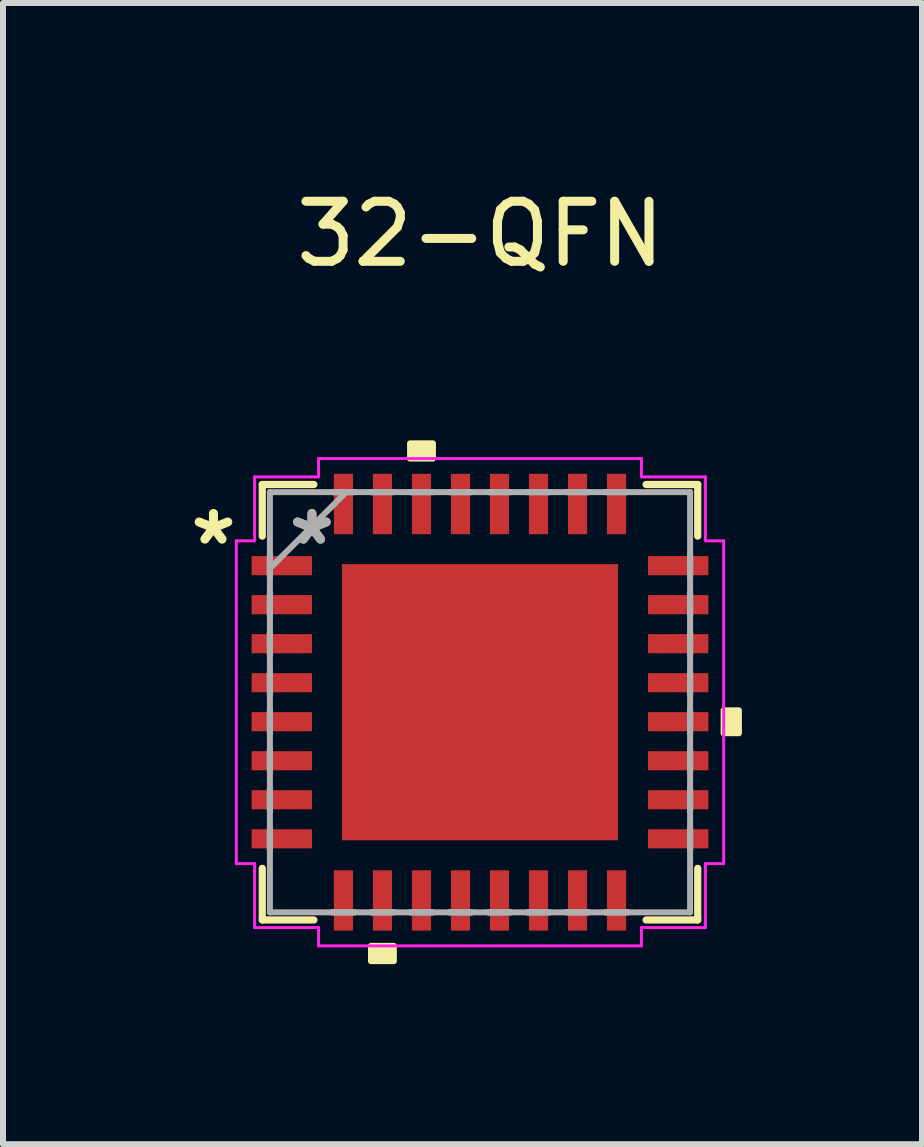
<source format=kicad_pcb>
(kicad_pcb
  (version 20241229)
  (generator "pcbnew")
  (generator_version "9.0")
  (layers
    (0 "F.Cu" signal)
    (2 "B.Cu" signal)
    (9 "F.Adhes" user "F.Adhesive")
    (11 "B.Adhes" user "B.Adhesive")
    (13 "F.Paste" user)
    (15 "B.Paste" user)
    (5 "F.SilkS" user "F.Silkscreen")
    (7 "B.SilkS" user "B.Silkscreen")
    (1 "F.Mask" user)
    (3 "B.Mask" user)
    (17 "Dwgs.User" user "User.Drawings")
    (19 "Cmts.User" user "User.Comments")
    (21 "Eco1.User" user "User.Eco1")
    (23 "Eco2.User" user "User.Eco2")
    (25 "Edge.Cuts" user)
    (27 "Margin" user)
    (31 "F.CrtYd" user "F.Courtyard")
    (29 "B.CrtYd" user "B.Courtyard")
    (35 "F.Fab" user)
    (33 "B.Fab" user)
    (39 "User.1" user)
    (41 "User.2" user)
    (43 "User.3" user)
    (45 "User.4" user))
  (footprint "32-QFN"
    (layer "F.Cu")
    (at 4.946 8.648)
    (property "Reference" "32-QFN" (at 0.005 -7.8 0) (layer "F.SilkS") (effects (font (size 1 1) (thickness 0.15))))
    (attr through_hole)
    (fp_line (start -3.627 -3.627) (end -3.627 -2.767) (stroke (width 0.12) (type solid)) (layer "F.SilkS"))
    (fp_line (start -3.627 2.767) (end -3.627 3.627) (stroke (width 0.12) (type solid)) (layer "F.SilkS"))
    (fp_line (start -3.627 3.627) (end -2.767 3.627) (stroke (width 0.12) (type solid)) (layer "F.SilkS"))
    (fp_line (start -2.767 -3.627) (end -3.627 -3.627) (stroke (width 0.12) (type solid)) (layer "F.SilkS"))
    (fp_line (start 2.767 3.627) (end 3.627 3.627) (stroke (width 0.12) (type solid)) (layer "F.SilkS"))
    (fp_line (start 3.627 -3.627) (end 2.767 -3.627) (stroke (width 0.12) (type solid)) (layer "F.SilkS"))
    (fp_line (start 3.627 -2.767) (end 3.627 -3.627) (stroke (width 0.12) (type solid)) (layer "F.SilkS"))
    (fp_line (start 3.627 3.627) (end 3.627 2.767) (stroke (width 0.12) (type solid)) (layer "F.SilkS"))
    (fp_poly (pts (xy -1.816 4.059) (xy -1.816 4.313) (xy -1.435 4.313) (xy -1.435 4.059)) (stroke (width 0.1) (type solid)) (fill yes) (layer "F.SilkS"))
    (fp_poly (pts (xy -1.165 -4.059) (xy -1.165 -4.313) (xy -0.784 -4.313) (xy -0.784 -4.059)) (stroke (width 0.1) (type solid)) (fill yes) (layer "F.SilkS"))
    (fp_poly (pts (xy 4.313 0.135) (xy 4.313 0.516) (xy 4.059 0.516) (xy 4.059 0.135)) (stroke (width 0.1) (type solid)) (fill yes) (layer "F.SilkS"))
    (fp_poly (pts (xy -2.2 -2.2) (xy -2.2 -0.867) (xy -0.867 -0.867) (xy -0.867 -2.2)) (stroke (width 0.1) (type solid)) (fill yes) (layer "F.Paste"))
    (fp_poly (pts (xy -2.2 -0.667) (xy -2.2 0.667) (xy -0.867 0.667) (xy -0.867 -0.667)) (stroke (width 0.1) (type solid)) (fill yes) (layer "F.Paste"))
    (fp_poly (pts (xy -2.2 0.867) (xy -2.2 2.2) (xy -0.867 2.2) (xy -0.867 0.867)) (stroke (width 0.1) (type solid)) (fill yes) (layer "F.Paste"))
    (fp_poly (pts (xy -0.667 -2.2) (xy -0.667 -0.867) (xy 0.667 -0.867) (xy 0.667 -2.2)) (stroke (width 0.1) (type solid)) (fill yes) (layer "F.Paste"))
    (fp_poly (pts (xy -0.667 -0.667) (xy -0.667 0.667) (xy 0.667 0.667) (xy 0.667 -0.667)) (stroke (width 0.1) (type solid)) (fill yes) (layer "F.Paste"))
    (fp_poly (pts (xy -0.667 0.867) (xy -0.667 2.2) (xy 0.667 2.2) (xy 0.667 0.867)) (stroke (width 0.1) (type solid)) (fill yes) (layer "F.Paste"))
    (fp_poly (pts (xy 0.867 -2.2) (xy 0.867 -0.867) (xy 2.2 -0.867) (xy 2.2 -2.2)) (stroke (width 0.1) (type solid)) (fill yes) (layer "F.Paste"))
    (fp_poly (pts (xy 0.867 -0.667) (xy 0.867 0.667) (xy 2.2 0.667) (xy 2.2 -0.667)) (stroke (width 0.1) (type solid)) (fill yes) (layer "F.Paste"))
    (fp_poly (pts (xy 0.867 0.867) (xy 0.867 2.2) (xy 2.2 2.2) (xy 2.2 0.867)) (stroke (width 0.1) (type solid)) (fill yes) (layer "F.Paste"))
    (fp_line (start -4.059 -2.689) (end -3.754 -2.689) (stroke (width 0.05) (type solid)) (layer "F.CrtYd"))
    (fp_line (start -4.059 2.689) (end -4.059 -2.689) (stroke (width 0.05) (type solid)) (layer "F.CrtYd"))
    (fp_line (start -3.754 -3.754) (end -2.689 -3.754) (stroke (width 0.05) (type solid)) (layer "F.CrtYd"))
    (fp_line (start -3.754 -2.689) (end -3.754 -3.754) (stroke (width 0.05) (type solid)) (layer "F.CrtYd"))
    (fp_line (start -3.754 2.689) (end -4.059 2.689) (stroke (width 0.05) (type solid)) (layer "F.CrtYd"))
    (fp_line (start -3.754 3.754) (end -3.754 2.689) (stroke (width 0.05) (type solid)) (layer "F.CrtYd"))
    (fp_line (start -2.689 -4.059) (end 2.689 -4.059) (stroke (width 0.05) (type solid)) (layer "F.CrtYd"))
    (fp_line (start -2.689 -3.754) (end -2.689 -4.059) (stroke (width 0.05) (type solid)) (layer "F.CrtYd"))
    (fp_line (start -2.689 3.754) (end -3.754 3.754) (stroke (width 0.05) (type solid)) (layer "F.CrtYd"))
    (fp_line (start -2.689 4.059) (end -2.689 3.754) (stroke (width 0.05) (type solid)) (layer "F.CrtYd"))
    (fp_line (start 2.689 -4.059) (end 2.689 -3.754) (stroke (width 0.05) (type solid)) (layer "F.CrtYd"))
    (fp_line (start 2.689 -3.754) (end 3.754 -3.754) (stroke (width 0.05) (type solid)) (layer "F.CrtYd"))
    (fp_line (start 2.689 3.754) (end 2.689 4.059) (stroke (width 0.05) (type solid)) (layer "F.CrtYd"))
    (fp_line (start 2.689 4.059) (end -2.689 4.059) (stroke (width 0.05) (type solid)) (layer "F.CrtYd"))
    (fp_line (start 3.754 -3.754) (end 3.754 -2.689) (stroke (width 0.05) (type solid)) (layer "F.CrtYd"))
    (fp_line (start 3.754 -2.689) (end 4.059 -2.689) (stroke (width 0.05) (type solid)) (layer "F.CrtYd"))
    (fp_line (start 3.754 2.689) (end 3.754 3.754) (stroke (width 0.05) (type solid)) (layer "F.CrtYd"))
    (fp_line (start 3.754 3.754) (end 2.689 3.754) (stroke (width 0.05) (type solid)) (layer "F.CrtYd"))
    (fp_line (start 4.059 -2.689) (end 4.059 2.689) (stroke (width 0.05) (type solid)) (layer "F.CrtYd"))
    (fp_line (start 4.059 2.689) (end 3.754 2.689) (stroke (width 0.05) (type solid)) (layer "F.CrtYd"))
    (fp_line (start -3.5 -3.5) (end -3.5 -3.5) (stroke (width 0.1) (type solid)) (layer "F.Fab"))
    (fp_line (start -3.5 -3.5) (end -3.5 3.5) (stroke (width 0.1) (type solid)) (layer "F.Fab"))
    (fp_line (start -3.5 -2.46) (end -3.5 -2.46) (stroke (width 0.1) (type solid)) (layer "F.Fab"))
    (fp_line (start -3.5 -2.46) (end -3.5 -2.09) (stroke (width 0.1) (type solid)) (layer "F.Fab"))
    (fp_line (start -3.5 -2.23) (end -2.23 -3.5) (stroke (width 0.1) (type solid)) (layer "F.Fab"))
    (fp_line (start -3.5 -2.09) (end -3.5 -2.46) (stroke (width 0.1) (type solid)) (layer "F.Fab"))
    (fp_line (start -3.5 -2.09) (end -3.5 -2.09) (stroke (width 0.1) (type solid)) (layer "F.Fab"))
    (fp_line (start -3.5 -1.81) (end -3.5 -1.81) (stroke (width 0.1) (type solid)) (layer "F.Fab"))
    (fp_line (start -3.5 -1.81) (end -3.5 -1.44) (stroke (width 0.1) (type solid)) (layer "F.Fab"))
    (fp_line (start -3.5 -1.44) (end -3.5 -1.81) (stroke (width 0.1) (type solid)) (layer "F.Fab"))
    (fp_line (start -3.5 -1.44) (end -3.5 -1.44) (stroke (width 0.1) (type solid)) (layer "F.Fab"))
    (fp_line (start -3.5 -1.16) (end -3.5 -1.16) (stroke (width 0.1) (type solid)) (layer "F.Fab"))
    (fp_line (start -3.5 -1.16) (end -3.5 -0.79) (stroke (width 0.1) (type solid)) (layer "F.Fab"))
    (fp_line (start -3.5 -0.79) (end -3.5 -1.16) (stroke (width 0.1) (type solid)) (layer "F.Fab"))
    (fp_line (start -3.5 -0.79) (end -3.5 -0.79) (stroke (width 0.1) (type solid)) (layer "F.Fab"))
    (fp_line (start -3.5 -0.51) (end -3.5 -0.51) (stroke (width 0.1) (type solid)) (layer "F.Fab"))
    (fp_line (start -3.5 -0.51) (end -3.5 -0.14) (stroke (width 0.1) (type solid)) (layer "F.Fab"))
    (fp_line (start -3.5 -0.14) (end -3.5 -0.51) (stroke (width 0.1) (type solid)) (layer "F.Fab"))
    (fp_line (start -3.5 -0.14) (end -3.5 -0.14) (stroke (width 0.1) (type solid)) (layer "F.Fab"))
    (fp_line (start -3.5 0.14) (end -3.5 0.14) (stroke (width 0.1) (type solid)) (layer "F.Fab"))
    (fp_line (start -3.5 0.14) (end -3.5 0.51) (stroke (width 0.1) (type solid)) (layer "F.Fab"))
    (fp_line (start -3.5 0.51) (end -3.5 0.14) (stroke (width 0.1) (type solid)) (layer "F.Fab"))
    (fp_line (start -3.5 0.51) (end -3.5 0.51) (stroke (width 0.1) (type solid)) (layer "F.Fab"))
    (fp_line (start -3.5 0.79) (end -3.5 0.79) (stroke (width 0.1) (type solid)) (layer "F.Fab"))
    (fp_line (start -3.5 0.79) (end -3.5 1.16) (stroke (width 0.1) (type solid)) (layer "F.Fab"))
    (fp_line (start -3.5 1.16) (end -3.5 0.79) (stroke (width 0.1) (type solid)) (layer "F.Fab"))
    (fp_line (start -3.5 1.16) (end -3.5 1.16) (stroke (width 0.1) (type solid)) (layer "F.Fab"))
    (fp_line (start -3.5 1.44) (end -3.5 1.44) (stroke (width 0.1) (type solid)) (layer "F.Fab"))
    (fp_line (start -3.5 1.44) (end -3.5 1.81) (stroke (width 0.1) (type solid)) (layer "F.Fab"))
    (fp_line (start -3.5 1.81) (end -3.5 1.44) (stroke (width 0.1) (type solid)) (layer "F.Fab"))
    (fp_line (start -3.5 1.81) (end -3.5 1.81) (stroke (width 0.1) (type solid)) (layer "F.Fab"))
    (fp_line (start -3.5 2.09) (end -3.5 2.09) (stroke (width 0.1) (type solid)) (layer "F.Fab"))
    (fp_line (start -3.5 2.09) (end -3.5 2.46) (stroke (width 0.1) (type solid)) (layer "F.Fab"))
    (fp_line (start -3.5 2.46) (end -3.5 2.09) (stroke (width 0.1) (type solid)) (layer "F.Fab"))
    (fp_line (start -3.5 2.46) (end -3.5 2.46) (stroke (width 0.1) (type solid)) (layer "F.Fab"))
    (fp_line (start -3.5 3.5) (end -3.5 3.5) (stroke (width 0.1) (type solid)) (layer "F.Fab"))
    (fp_line (start -3.5 3.5) (end 3.5 3.5) (stroke (width 0.1) (type solid)) (layer "F.Fab"))
    (fp_line (start -2.46 -3.5) (end -2.46 -3.5) (stroke (width 0.1) (type solid)) (layer "F.Fab"))
    (fp_line (start -2.46 -3.5) (end -2.09 -3.5) (stroke (width 0.1) (type solid)) (layer "F.Fab"))
    (fp_line (start -2.46 3.5) (end -2.46 3.5) (stroke (width 0.1) (type solid)) (layer "F.Fab"))
    (fp_line (start -2.46 3.5) (end -2.09 3.5) (stroke (width 0.1) (type solid)) (layer "F.Fab"))
    (fp_line (start -2.09 -3.5) (end -2.46 -3.5) (stroke (width 0.1) (type solid)) (layer "F.Fab"))
    (fp_line (start -2.09 -3.5) (end -2.09 -3.5) (stroke (width 0.1) (type solid)) (layer "F.Fab"))
    (fp_line (start -2.09 3.5) (end -2.46 3.5) (stroke (width 0.1) (type solid)) (layer "F.Fab"))
    (fp_line (start -2.09 3.5) (end -2.09 3.5) (stroke (width 0.1) (type solid)) (layer "F.Fab"))
    (fp_line (start -1.81 -3.5) (end -1.81 -3.5) (stroke (width 0.1) (type solid)) (layer "F.Fab"))
    (fp_line (start -1.81 -3.5) (end -1.44 -3.5) (stroke (width 0.1) (type solid)) (layer "F.Fab"))
    (fp_line (start -1.81 3.5) (end -1.81 3.5) (stroke (width 0.1) (type solid)) (layer "F.Fab"))
    (fp_line (start -1.81 3.5) (end -1.44 3.5) (stroke (width 0.1) (type solid)) (layer "F.Fab"))
    (fp_line (start -1.44 -3.5) (end -1.81 -3.5) (stroke (width 0.1) (type solid)) (layer "F.Fab"))
    (fp_line (start -1.44 -3.5) (end -1.44 -3.5) (stroke (width 0.1) (type solid)) (layer "F.Fab"))
    (fp_line (start -1.44 3.5) (end -1.81 3.5) (stroke (width 0.1) (type solid)) (layer "F.Fab"))
    (fp_line (start -1.44 3.5) (end -1.44 3.5) (stroke (width 0.1) (type solid)) (layer "F.Fab"))
    (fp_line (start -1.16 -3.5) (end -1.16 -3.5) (stroke (width 0.1) (type solid)) (layer "F.Fab"))
    (fp_line (start -1.16 -3.5) (end -0.79 -3.5) (stroke (width 0.1) (type solid)) (layer "F.Fab"))
    (fp_line (start -1.16 3.5) (end -1.16 3.5) (stroke (width 0.1) (type solid)) (layer "F.Fab"))
    (fp_line (start -1.16 3.5) (end -0.79 3.5) (stroke (width 0.1) (type solid)) (layer "F.Fab"))
    (fp_line (start -0.79 -3.5) (end -1.16 -3.5) (stroke (width 0.1) (type solid)) (layer "F.Fab"))
    (fp_line (start -0.79 -3.5) (end -0.79 -3.5) (stroke (width 0.1) (type solid)) (layer "F.Fab"))
    (fp_line (start -0.79 3.5) (end -1.16 3.5) (stroke (width 0.1) (type solid)) (layer "F.Fab"))
    (fp_line (start -0.79 3.5) (end -0.79 3.5) (stroke (width 0.1) (type solid)) (layer "F.Fab"))
    (fp_line (start -0.51 -3.5) (end -0.51 -3.5) (stroke (width 0.1) (type solid)) (layer "F.Fab"))
    (fp_line (start -0.51 -3.5) (end -0.14 -3.5) (stroke (width 0.1) (type solid)) (layer "F.Fab"))
    (fp_line (start -0.51 3.5) (end -0.51 3.5) (stroke (width 0.1) (type solid)) (layer "F.Fab"))
    (fp_line (start -0.51 3.5) (end -0.14 3.5) (stroke (width 0.1) (type solid)) (layer "F.Fab"))
    (fp_line (start -0.14 -3.5) (end -0.51 -3.5) (stroke (width 0.1) (type solid)) (layer "F.Fab"))
    (fp_line (start -0.14 -3.5) (end -0.14 -3.5) (stroke (width 0.1) (type solid)) (layer "F.Fab"))
    (fp_line (start -0.14 3.5) (end -0.51 3.5) (stroke (width 0.1) (type solid)) (layer "F.Fab"))
    (fp_line (start -0.14 3.5) (end -0.14 3.5) (stroke (width 0.1) (type solid)) (layer "F.Fab"))
    (fp_line (start 0.14 -3.5) (end 0.14 -3.5) (stroke (width 0.1) (type solid)) (layer "F.Fab"))
    (fp_line (start 0.14 -3.5) (end 0.51 -3.5) (stroke (width 0.1) (type solid)) (layer "F.Fab"))
    (fp_line (start 0.14 3.5) (end 0.14 3.5) (stroke (width 0.1) (type solid)) (layer "F.Fab"))
    (fp_line (start 0.14 3.5) (end 0.51 3.5) (stroke (width 0.1) (type solid)) (layer "F.Fab"))
    (fp_line (start 0.51 -3.5) (end 0.14 -3.5) (stroke (width 0.1) (type solid)) (layer "F.Fab"))
    (fp_line (start 0.51 -3.5) (end 0.51 -3.5) (stroke (width 0.1) (type solid)) (layer "F.Fab"))
    (fp_line (start 0.51 3.5) (end 0.14 3.5) (stroke (width 0.1) (type solid)) (layer "F.Fab"))
    (fp_line (start 0.51 3.5) (end 0.51 3.5) (stroke (width 0.1) (type solid)) (layer "F.Fab"))
    (fp_line (start 0.79 -3.5) (end 0.79 -3.5) (stroke (width 0.1) (type solid)) (layer "F.Fab"))
    (fp_line (start 0.79 -3.5) (end 1.16 -3.5) (stroke (width 0.1) (type solid)) (layer "F.Fab"))
    (fp_line (start 0.79 3.5) (end 0.79 3.5) (stroke (width 0.1) (type solid)) (layer "F.Fab"))
    (fp_line (start 0.79 3.5) (end 1.16 3.5) (stroke (width 0.1) (type solid)) (layer "F.Fab"))
    (fp_line (start 1.16 -3.5) (end 0.79 -3.5) (stroke (width 0.1) (type solid)) (layer "F.Fab"))
    (fp_line (start 1.16 -3.5) (end 1.16 -3.5) (stroke (width 0.1) (type solid)) (layer "F.Fab"))
    (fp_line (start 1.16 3.5) (end 0.79 3.5) (stroke (width 0.1) (type solid)) (layer "F.Fab"))
    (fp_line (start 1.16 3.5) (end 1.16 3.5) (stroke (width 0.1) (type solid)) (layer "F.Fab"))
    (fp_line (start 1.44 -3.5) (end 1.44 -3.5) (stroke (width 0.1) (type solid)) (layer "F.Fab"))
    (fp_line (start 1.44 -3.5) (end 1.81 -3.5) (stroke (width 0.1) (type solid)) (layer "F.Fab"))
    (fp_line (start 1.44 3.5) (end 1.44 3.5) (stroke (width 0.1) (type solid)) (layer "F.Fab"))
    (fp_line (start 1.44 3.5) (end 1.81 3.5) (stroke (width 0.1) (type solid)) (layer "F.Fab"))
    (fp_line (start 1.81 -3.5) (end 1.44 -3.5) (stroke (width 0.1) (type solid)) (layer "F.Fab"))
    (fp_line (start 1.81 -3.5) (end 1.81 -3.5) (stroke (width 0.1) (type solid)) (layer "F.Fab"))
    (fp_line (start 1.81 3.5) (end 1.44 3.5) (stroke (width 0.1) (type solid)) (layer "F.Fab"))
    (fp_line (start 1.81 3.5) (end 1.81 3.5) (stroke (width 0.1) (type solid)) (layer "F.Fab"))
    (fp_line (start 2.09 -3.5) (end 2.09 -3.5) (stroke (width 0.1) (type solid)) (layer "F.Fab"))
    (fp_line (start 2.09 -3.5) (end 2.46 -3.5) (stroke (width 0.1) (type solid)) (layer "F.Fab"))
    (fp_line (start 2.09 3.5) (end 2.09 3.5) (stroke (width 0.1) (type solid)) (layer "F.Fab"))
    (fp_line (start 2.09 3.5) (end 2.46 3.5) (stroke (width 0.1) (type solid)) (layer "F.Fab"))
    (fp_line (start 2.46 -3.5) (end 2.09 -3.5) (stroke (width 0.1) (type solid)) (layer "F.Fab"))
    (fp_line (start 2.46 -3.5) (end 2.46 -3.5) (stroke (width 0.1) (type solid)) (layer "F.Fab"))
    (fp_line (start 2.46 3.5) (end 2.09 3.5) (stroke (width 0.1) (type solid)) (layer "F.Fab"))
    (fp_line (start 2.46 3.5) (end 2.46 3.5) (stroke (width 0.1) (type solid)) (layer "F.Fab"))
    (fp_line (start 3.5 -3.5) (end -3.5 -3.5) (stroke (width 0.1) (type solid)) (layer "F.Fab"))
    (fp_line (start 3.5 -3.5) (end 3.5 -3.5) (stroke (width 0.1) (type solid)) (layer "F.Fab"))
    (fp_line (start 3.5 -2.46) (end 3.5 -2.46) (stroke (width 0.1) (type solid)) (layer "F.Fab"))
    (fp_line (start 3.5 -2.46) (end 3.5 -2.09) (stroke (width 0.1) (type solid)) (layer "F.Fab"))
    (fp_line (start 3.5 -2.09) (end 3.5 -2.46) (stroke (width 0.1) (type solid)) (layer "F.Fab"))
    (fp_line (start 3.5 -2.09) (end 3.5 -2.09) (stroke (width 0.1) (type solid)) (layer "F.Fab"))
    (fp_line (start 3.5 -1.81) (end 3.5 -1.81) (stroke (width 0.1) (type solid)) (layer "F.Fab"))
    (fp_line (start 3.5 -1.81) (end 3.5 -1.44) (stroke (width 0.1) (type solid)) (layer "F.Fab"))
    (fp_line (start 3.5 -1.44) (end 3.5 -1.81) (stroke (width 0.1) (type solid)) (layer "F.Fab"))
    (fp_line (start 3.5 -1.44) (end 3.5 -1.44) (stroke (width 0.1) (type solid)) (layer "F.Fab"))
    (fp_line (start 3.5 -1.16) (end 3.5 -1.16) (stroke (width 0.1) (type solid)) (layer "F.Fab"))
    (fp_line (start 3.5 -1.16) (end 3.5 -0.79) (stroke (width 0.1) (type solid)) (layer "F.Fab"))
    (fp_line (start 3.5 -0.79) (end 3.5 -1.16) (stroke (width 0.1) (type solid)) (layer "F.Fab"))
    (fp_line (start 3.5 -0.79) (end 3.5 -0.79) (stroke (width 0.1) (type solid)) (layer "F.Fab"))
    (fp_line (start 3.5 -0.51) (end 3.5 -0.51) (stroke (width 0.1) (type solid)) (layer "F.Fab"))
    (fp_line (start 3.5 -0.51) (end 3.5 -0.14) (stroke (width 0.1) (type solid)) (layer "F.Fab"))
    (fp_line (start 3.5 -0.14) (end 3.5 -0.51) (stroke (width 0.1) (type solid)) (layer "F.Fab"))
    (fp_line (start 3.5 -0.14) (end 3.5 -0.14) (stroke (width 0.1) (type solid)) (layer "F.Fab"))
    (fp_line (start 3.5 0.14) (end 3.5 0.14) (stroke (width 0.1) (type solid)) (layer "F.Fab"))
    (fp_line (start 3.5 0.14) (end 3.5 0.51) (stroke (width 0.1) (type solid)) (layer "F.Fab"))
    (fp_line (start 3.5 0.51) (end 3.5 0.14) (stroke (width 0.1) (type solid)) (layer "F.Fab"))
    (fp_line (start 3.5 0.51) (end 3.5 0.51) (stroke (width 0.1) (type solid)) (layer "F.Fab"))
    (fp_line (start 3.5 0.79) (end 3.5 0.79) (stroke (width 0.1) (type solid)) (layer "F.Fab"))
    (fp_line (start 3.5 0.79) (end 3.5 1.16) (stroke (width 0.1) (type solid)) (layer "F.Fab"))
    (fp_line (start 3.5 1.16) (end 3.5 0.79) (stroke (width 0.1) (type solid)) (layer "F.Fab"))
    (fp_line (start 3.5 1.16) (end 3.5 1.16) (stroke (width 0.1) (type solid)) (layer "F.Fab"))
    (fp_line (start 3.5 1.44) (end 3.5 1.44) (stroke (width 0.1) (type solid)) (layer "F.Fab"))
    (fp_line (start 3.5 1.44) (end 3.5 1.81) (stroke (width 0.1) (type solid)) (layer "F.Fab"))
    (fp_line (start 3.5 1.81) (end 3.5 1.44) (stroke (width 0.1) (type solid)) (layer "F.Fab"))
    (fp_line (start 3.5 1.81) (end 3.5 1.81) (stroke (width 0.1) (type solid)) (layer "F.Fab"))
    (fp_line (start 3.5 2.09) (end 3.5 2.09) (stroke (width 0.1) (type solid)) (layer "F.Fab"))
    (fp_line (start 3.5 2.09) (end 3.5 2.46) (stroke (width 0.1) (type solid)) (layer "F.Fab"))
    (fp_line (start 3.5 2.46) (end 3.5 2.09) (stroke (width 0.1) (type solid)) (layer "F.Fab"))
    (fp_line (start 3.5 2.46) (end 3.5 2.46) (stroke (width 0.1) (type solid)) (layer "F.Fab"))
    (fp_line (start 3.5 3.5) (end 3.5 -3.5) (stroke (width 0.1) (type solid)) (layer "F.Fab"))
    (fp_line (start 3.5 3.5) (end 3.5 3.5) (stroke (width 0.1) (type solid)) (layer "F.Fab"))
    (fp_text user "*" (at -4.44 -2.6 0) (layer "F.SilkS") (effects (font (size 1 1) (thickness 0.15))))
    (fp_text user "*" (at -2.8 -2.6 0) (layer "F.Fab") (effects (font (size 1 1) (thickness 0.15))))
    (fp_text user "*" (at -2.8 -2.6 0) (layer "F.Fab") (effects (font (size 1 1) (thickness 0.15))))
    (pad "1" smd rect (at -3.302 -2.275 90) (size 0.319 1.005) (layers "F.Cu" "F.Mask" "F.Paste"))
    (pad "2" smd rect (at -3.302 -1.625 90) (size 0.319 1.005) (layers "F.Cu" "F.Mask" "F.Paste"))
    (pad "3" smd rect (at -3.302 -0.975 90) (size 0.319 1.005) (layers "F.Cu" "F.Mask" "F.Paste"))
    (pad "4" smd rect (at -3.302 -0.325 90) (size 0.319 1.005) (layers "F.Cu" "F.Mask" "F.Paste"))
    (pad "5" smd rect (at -3.302 0.325 90) (size 0.319 1.005) (layers "F.Cu" "F.Mask" "F.Paste"))
    (pad "6" smd rect (at -3.302 0.975 90) (size 0.319 1.005) (layers "F.Cu" "F.Mask" "F.Paste"))
    (pad "7" smd rect (at -3.302 1.625 90) (size 0.319 1.005) (layers "F.Cu" "F.Mask" "F.Paste"))
    (pad "8" smd rect (at -3.302 2.275 90) (size 0.319 1.005) (layers "F.Cu" "F.Mask" "F.Paste"))
    (pad "9" smd rect (at -2.275 3.302) (size 0.319 1.005) (layers "F.Cu" "F.Mask" "F.Paste"))
    (pad "10" smd rect (at -1.625 3.302) (size 0.319 1.005) (layers "F.Cu" "F.Mask" "F.Paste"))
    (pad "11" smd rect (at -0.975 3.302) (size 0.319 1.005) (layers "F.Cu" "F.Mask" "F.Paste"))
    (pad "12" smd rect (at -0.325 3.302) (size 0.319 1.005) (layers "F.Cu" "F.Mask" "F.Paste"))
    (pad "13" smd rect (at 0.325 3.302) (size 0.319 1.005) (layers "F.Cu" "F.Mask" "F.Paste"))
    (pad "14" smd rect (at 0.975 3.302) (size 0.319 1.005) (layers "F.Cu" "F.Mask" "F.Paste"))
    (pad "15" smd rect (at 1.625 3.302) (size 0.319 1.005) (layers "F.Cu" "F.Mask" "F.Paste"))
    (pad "16" smd rect (at 2.275 3.302) (size 0.319 1.005) (layers "F.Cu" "F.Mask" "F.Paste"))
    (pad "17" smd rect (at 3.302 2.275 90) (size 0.319 1.005) (layers "F.Cu" "F.Mask" "F.Paste"))
    (pad "18" smd rect (at 3.302 1.625 90) (size 0.319 1.005) (layers "F.Cu" "F.Mask" "F.Paste"))
    (pad "19" smd rect (at 3.302 0.975 90) (size 0.319 1.005) (layers "F.Cu" "F.Mask" "F.Paste"))
    (pad "20" smd rect (at 3.302 0.325 90) (size 0.319 1.005) (layers "F.Cu" "F.Mask" "F.Paste"))
    (pad "21" smd rect (at 3.302 -0.325 90) (size 0.319 1.005) (layers "F.Cu" "F.Mask" "F.Paste"))
    (pad "22" smd rect (at 3.302 -0.975 90) (size 0.319 1.005) (layers "F.Cu" "F.Mask" "F.Paste"))
    (pad "23" smd rect (at 3.302 -1.625 90) (size 0.319 1.005) (layers "F.Cu" "F.Mask" "F.Paste"))
    (pad "24" smd rect (at 3.302 -2.275 90) (size 0.319 1.005) (layers "F.Cu" "F.Mask" "F.Paste"))
    (pad "25" smd rect (at 2.275 -3.302) (size 0.319 1.005) (layers "F.Cu" "F.Mask" "F.Paste"))
    (pad "26" smd rect (at 1.625 -3.302) (size 0.319 1.005) (layers "F.Cu" "F.Mask" "F.Paste"))
    (pad "27" smd rect (at 0.975 -3.302) (size 0.319 1.005) (layers "F.Cu" "F.Mask" "F.Paste"))
    (pad "28" smd rect (at 0.325 -3.302) (size 0.319 1.005) (layers "F.Cu" "F.Mask" "F.Paste"))
    (pad "29" smd rect (at -0.325 -3.302) (size 0.319 1.005) (layers "F.Cu" "F.Mask" "F.Paste"))
    (pad "30" smd rect (at -0.975 -3.302) (size 0.319 1.005) (layers "F.Cu" "F.Mask" "F.Paste"))
    (pad "31" smd rect (at -1.625 -3.302) (size 0.319 1.005) (layers "F.Cu" "F.Mask" "F.Paste"))
    (pad "32" smd rect (at -2.275 -3.302) (size 0.319 1.005) (layers "F.Cu" "F.Mask" "F.Paste"))
    (pad "33" smd rect (at 0 0) (size 4.6 4.6) (layers "F.Cu" "F.Mask")))
  (gr_rect
    (start -3 -3)
    (end 12.309 16.011)
    (stroke (width 0.1) (type default))
    (fill no)
    (layer "Edge.Cuts")))
</source>
